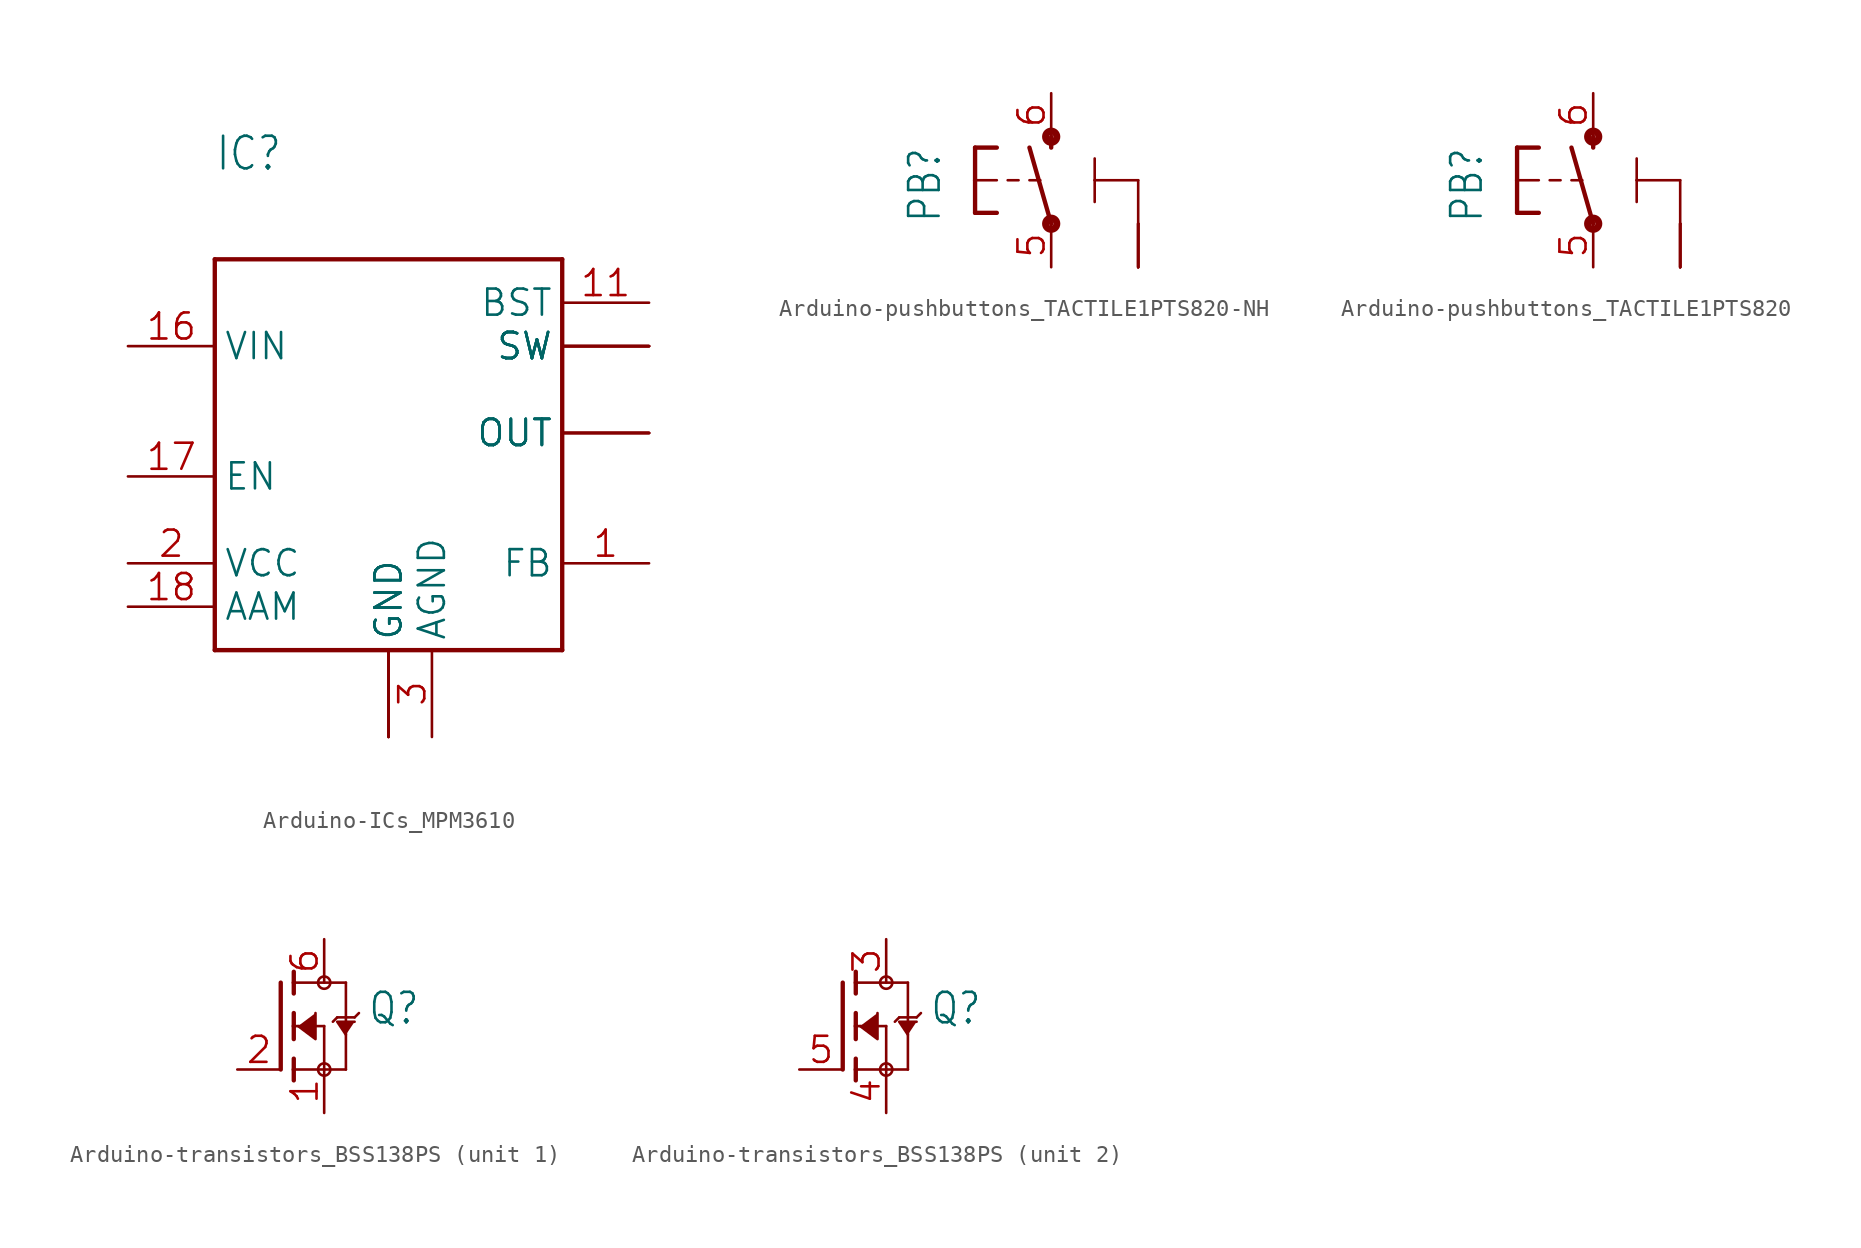
<source format=kicad_sym>
(kicad_symbol_lib
  (version 20241209)
  (generator "kicad_symbol_editor")
  (generator_version "9.0")
  (symbol "Arduino-ICs_MPM3610"
    (property "Reference" "IC"
      (at -10.16 15.24 0)
      (effects (font (size 1.905 1.619)) (justify left bottom)))
    (property "Value" ""
      (at -10.16 12.7 0)
      (effects (font (size 1.905 1.619)) (justify left bottom)))
    (property "ki_locked" ""
      (at 0 0 0)
      (effects (font (size 1.27 1.27))))
    (symbol "Arduino-ICs_MPM3610_1_0"
      (polyline (pts (xy -10.16 10.16) (xy -10.16 -12.7)) (stroke (width 0.254) (type solid)) (fill (type none)))
      (polyline (pts (xy -10.16 -12.7) (xy 10.16 -12.7)) (stroke (width 0.254) (type solid)) (fill (type none)))
      (polyline (pts (xy 10.16 10.16) (xy -10.16 10.16)) (stroke (width 0.254) (type solid)) (fill (type none)))
      (polyline (pts (xy 10.16 -12.7) (xy 10.16 10.16)) (stroke (width 0.254) (type solid)) (fill (type none)))
      (pin bidirectional line (at -15.24 5.08 0) (length 5.08) (name "VIN" (effects (font (size 1.524 1.524)))) (number "16" (effects (font (size 1.524 1.524)))))
      (pin bidirectional line (at -15.24 -2.54 0) (length 5.08) (name "EN" (effects (font (size 1.524 1.524)))) (number "17" (effects (font (size 1.524 1.524)))))
      (pin bidirectional line (at -15.24 -7.62 0) (length 5.08) (name "VCC" (effects (font (size 1.524 1.524)))) (number "2" (effects (font (size 1.524 1.524)))))
      (pin bidirectional line (at -15.24 -10.16 0) (length 5.08) (name "AAM" (effects (font (size 1.524 1.524)))) (number "18" (effects (font (size 1.524 1.524)))))
      (pin bidirectional line (at 0 -17.78 90) (length 5.08) (name "GND" (effects (font (size 1.524 1.524)))) (number "12" (effects (font (size 0 0)))))
      (pin bidirectional line (at 0 -17.78 90) (length 5.08) (name "GND" (effects (font (size 1.524 1.524)))) (number "13" (effects (font (size 0 0)))))
      (pin bidirectional line (at 0 -17.78 90) (length 5.08) (name "GND" (effects (font (size 1.524 1.524)))) (number "14" (effects (font (size 0 0)))))
      (pin bidirectional line (at 2.54 -17.78 90) (length 5.08) (name "AGND" (effects (font (size 1.524 1.524)))) (number "3" (effects (font (size 1.524 1.524)))))
      (pin bidirectional line (at 15.24 7.62 180) (length 5.08) (name "BST" (effects (font (size 1.524 1.524)))) (number "11" (effects (font (size 1.524 1.524)))))
      (pin bidirectional line (at 15.24 5.08 180) (length 5.08) (name "SW" (effects (font (size 1.524 1.524)))) (number "19" (effects (font (size 0 0)))))
      (pin bidirectional line (at 15.24 5.08 180) (length 5.08) (name "SW" (effects (font (size 1.524 1.524)))) (number "4" (effects (font (size 0 0)))))
      (pin bidirectional line (at 15.24 5.08 180) (length 5.08) (name "SW" (effects (font (size 1.524 1.524)))) (number "5" (effects (font (size 0 0)))))
      (pin bidirectional line (at 15.24 5.08 180) (length 5.08) (name "SW" (effects (font (size 1.524 1.524)))) (number "6" (effects (font (size 0 0)))))
      (pin bidirectional line (at 15.24 0 180) (length 5.08) (name "OUT" (effects (font (size 1.524 1.524)))) (number "20" (effects (font (size 0 0)))))
      (pin bidirectional line (at 15.24 0 180) (length 5.08) (name "OUT" (effects (font (size 1.524 1.524)))) (number "7" (effects (font (size 0 0)))))
      (pin bidirectional line (at 15.24 0 180) (length 5.08) (name "OUT" (effects (font (size 1.524 1.524)))) (number "8" (effects (font (size 0 0)))))
      (pin bidirectional line (at 15.24 0 180) (length 5.08) (name "OUT" (effects (font (size 1.524 1.524)))) (number "9" (effects (font (size 0 0)))))
      (pin bidirectional line (at 15.24 -7.62 180) (length 5.08) (name "FB" (effects (font (size 1.524 1.524)))) (number "1" (effects (font (size 1.524 1.524)))))))
  (symbol "Arduino-pushbuttons_TACTILE1PTS820-NH"
    (property "Reference" "PB"
      (at -6.35 -2.54 90)
      (effects (font (size 1.778 1.511)) (justify left bottom)))
    (property "ki_locked" ""
      (at 0 0 0)
      (effects (font (size 1.27 1.27))))
    (symbol "Arduino-pushbuttons_TACTILE1PTS820-NH_1_0"
      (polyline (pts (xy -4.445 1.905) (xy -4.445 0)) (stroke (width 0.254) (type solid)) (fill (type none)))
      (polyline (pts (xy -4.445 1.905) (xy -3.175 1.905)) (stroke (width 0.254) (type solid)) (fill (type none)))
      (polyline (pts (xy -4.445 0) (xy -4.445 -1.905)) (stroke (width 0.254) (type solid)) (fill (type none)))
      (polyline (pts (xy -4.445 0) (xy -3.175 0)) (stroke (width 0.152) (type solid)) (fill (type none)))
      (polyline (pts (xy -4.445 -1.905) (xy -3.175 -1.905)) (stroke (width 0.254) (type solid)) (fill (type none)))
      (polyline (pts (xy -2.54 0) (xy -1.905 0)) (stroke (width 0.152) (type solid)) (fill (type none)))
      (polyline (pts (xy -1.27 0) (xy -0.635 0)) (stroke (width 0.152) (type solid)) (fill (type none)))
      (circle (center 0 2.54) (radius 0.127) (stroke (width 0.406) (type solid)) (fill (type none)))
      (polyline (pts (xy 0 1.905) (xy 0 2.54)) (stroke (width 0.254) (type solid)) (fill (type none)))
      (polyline (pts (xy 0 -2.54) (xy -1.27 1.905)) (stroke (width 0.254) (type solid)) (fill (type none)))
      (circle (center 0 -2.54) (radius 0.127) (stroke (width 0.406) (type solid)) (fill (type none)))
      (polyline (pts (xy 2.54 0) (xy 2.54 1.27)) (stroke (width 0.152) (type solid)) (fill (type none)))
      (polyline (pts (xy 2.54 0) (xy 2.54 -1.27)) (stroke (width 0.152) (type solid)) (fill (type none)))
      (polyline (pts (xy 5.08 0) (xy 2.54 0)) (stroke (width 0.152) (type solid)) (fill (type none)))
      (polyline (pts (xy 5.08 -2.54) (xy 5.08 0)) (stroke (width 0.152) (type solid)) (fill (type none)))
      (pin passive line (at 0 5.08 270) (length 2.54) (name "2" (effects (font (size 0 0)))) (number "6" (effects (font (size 1.524 1.524)))))
      (pin passive line (at 0 -5.08 90) (length 2.54) (name "1" (effects (font (size 0 0)))) (number "5" (effects (font (size 1.524 1.524)))))
      (pin power_in line (at 5.08 -5.08 90) (length 2.54) (name "3" (effects (font (size 0 0)))) (number "1" (effects (font (size 0 0)))))
      (pin power_in line (at 5.08 -5.08 90) (length 2.54) (name "3" (effects (font (size 0 0)))) (number "2" (effects (font (size 0 0)))))
      (pin power_in line (at 5.08 -5.08 90) (length 2.54) (name "3" (effects (font (size 0 0)))) (number "3" (effects (font (size 0 0)))))
      (pin power_in line (at 5.08 -5.08 90) (length 2.54) (name "3" (effects (font (size 0 0)))) (number "4" (effects (font (size 0 0)))))))
  (symbol "Arduino-pushbuttons_TACTILE1PTS820"
    (property "Reference" "PB"
      (at -6.35 -2.54 90)
      (effects (font (size 1.778 1.511)) (justify left bottom)))
    (property "ki_locked" ""
      (at 0 0 0)
      (effects (font (size 1.27 1.27))))
    (symbol "Arduino-pushbuttons_TACTILE1PTS820_1_0"
      (polyline (pts (xy -4.445 1.905) (xy -4.445 0)) (stroke (width 0.254) (type solid)) (fill (type none)))
      (polyline (pts (xy -4.445 1.905) (xy -3.175 1.905)) (stroke (width 0.254) (type solid)) (fill (type none)))
      (polyline (pts (xy -4.445 0) (xy -4.445 -1.905)) (stroke (width 0.254) (type solid)) (fill (type none)))
      (polyline (pts (xy -4.445 0) (xy -3.175 0)) (stroke (width 0.152) (type solid)) (fill (type none)))
      (polyline (pts (xy -4.445 -1.905) (xy -3.175 -1.905)) (stroke (width 0.254) (type solid)) (fill (type none)))
      (polyline (pts (xy -2.54 0) (xy -1.905 0)) (stroke (width 0.152) (type solid)) (fill (type none)))
      (polyline (pts (xy -1.27 0) (xy -0.635 0)) (stroke (width 0.152) (type solid)) (fill (type none)))
      (circle (center 0 2.54) (radius 0.127) (stroke (width 0.406) (type solid)) (fill (type none)))
      (polyline (pts (xy 0 1.905) (xy 0 2.54)) (stroke (width 0.254) (type solid)) (fill (type none)))
      (polyline (pts (xy 0 -2.54) (xy -1.27 1.905)) (stroke (width 0.254) (type solid)) (fill (type none)))
      (circle (center 0 -2.54) (radius 0.127) (stroke (width 0.406) (type solid)) (fill (type none)))
      (polyline (pts (xy 2.54 0) (xy 2.54 1.27)) (stroke (width 0.152) (type solid)) (fill (type none)))
      (polyline (pts (xy 2.54 0) (xy 2.54 -1.27)) (stroke (width 0.152) (type solid)) (fill (type none)))
      (polyline (pts (xy 5.08 0) (xy 2.54 0)) (stroke (width 0.152) (type solid)) (fill (type none)))
      (polyline (pts (xy 5.08 -2.54) (xy 5.08 0)) (stroke (width 0.152) (type solid)) (fill (type none)))
      (pin passive line (at 0 5.08 270) (length 2.54) (name "2" (effects (font (size 0 0)))) (number "6" (effects (font (size 1.524 1.524)))))
      (pin passive line (at 0 -5.08 90) (length 2.54) (name "1" (effects (font (size 0 0)))) (number "5" (effects (font (size 1.524 1.524)))))
      (pin power_in line (at 5.08 -5.08 90) (length 2.54) (name "3" (effects (font (size 0 0)))) (number "1" (effects (font (size 0 0)))))
      (pin power_in line (at 5.08 -5.08 90) (length 2.54) (name "3" (effects (font (size 0 0)))) (number "2" (effects (font (size 0 0)))))
      (pin power_in line (at 5.08 -5.08 90) (length 2.54) (name "3" (effects (font (size 0 0)))) (number "3" (effects (font (size 0 0)))))
      (pin power_in line (at 5.08 -5.08 90) (length 2.54) (name "3" (effects (font (size 0 0)))) (number "4" (effects (font (size 0 0)))))))
  (symbol "Arduino-transistors_BSS138PS"
    (property "Reference" "Q"
      (at 2.54 0 0)
      (effects (font (size 1.778 1.511)) (justify left bottom)))
    (property "Value" ""
      (at 2.54 -2.54 0)
      (effects (font (size 1.778 1.511)) (justify left bottom)))
    (property "ki_locked" ""
      (at 0 0 0)
      (effects (font (size 1.27 1.27))))
    (symbol "Arduino-transistors_BSS138PS_1_0"
      (polyline (pts (xy -2.54 2.54) (xy -2.54 -2.54)) (stroke (width 0.254) (type solid)) (fill (type none)))
      (polyline (pts (xy -1.778 3.175) (xy -1.778 2.54)) (stroke (width 0.254) (type solid)) (fill (type none)))
      (polyline (pts (xy -1.778 2.54) (xy -1.778 1.905)) (stroke (width 0.254) (type solid)) (fill (type none)))
      (polyline (pts (xy -1.778 2.54) (xy 1.27 2.54)) (stroke (width 0.152) (type solid)) (fill (type none)))
      (polyline (pts (xy -1.778 0.762) (xy -1.778 0)) (stroke (width 0.254) (type solid)) (fill (type none)))
      (polyline (pts (xy -1.778 0) (xy -1.778 -0.762)) (stroke (width 0.254) (type solid)) (fill (type none)))
      (polyline (pts (xy -1.778 0) (xy 0 0)) (stroke (width 0.152) (type solid)) (fill (type none)))
      (polyline (pts (xy -1.778 -1.905) (xy -1.778 -2.54)) (stroke (width 0.254) (type solid)) (fill (type none)))
      (polyline (pts (xy -1.778 -2.54) (xy -1.778 -3.175)) (stroke (width 0.254) (type solid)) (fill (type none)))
      (polyline (pts (xy -1.524 0) (xy -0.508 -0.762) (xy -0.508 0.762)) (stroke (width 0.152) (type solid)) (fill (type outline)))
      (circle (center 0 2.54) (radius 0.359) (stroke (width 0) (type solid)) (fill (type none)))
      (polyline (pts (xy 0 0) (xy 0 -2.54)) (stroke (width 0.152) (type solid)) (fill (type none)))
      (polyline (pts (xy 0 -2.54) (xy -1.778 -2.54)) (stroke (width 0.152) (type solid)) (fill (type none)))
      (polyline (pts (xy 0 -2.54) (xy 1.27 -2.54)) (stroke (width 0.152) (type solid)) (fill (type none)))
      (circle (center 0 -2.54) (radius 0.359) (stroke (width 0) (type solid)) (fill (type none)))
      (polyline (pts (xy 0.762 0.508) (xy 0.508 0.254)) (stroke (width 0.152) (type solid)) (fill (type none)))
      (polyline (pts (xy 1.27 2.54) (xy 1.27 0.508)) (stroke (width 0.152) (type solid)) (fill (type none)))
      (polyline (pts (xy 1.27 0.508) (xy 0.762 0.508)) (stroke (width 0.152) (type solid)) (fill (type none)))
      (polyline (pts (xy 1.27 0.508) (xy 1.27 -2.54)) (stroke (width 0.152) (type solid)) (fill (type none)))
      (polyline (pts (xy 1.27 -0.508) (xy 0.762 0.254) (xy 1.778 0.254)) (stroke (width 0.152) (type solid)) (fill (type outline)))
      (polyline (pts (xy 1.778 0.508) (xy 1.27 0.508)) (stroke (width 0.152) (type solid)) (fill (type none)))
      (polyline (pts (xy 2.032 0.762) (xy 1.778 0.508)) (stroke (width 0.152) (type solid)) (fill (type none)))
      (pin passive line (at -5.08 -2.54 0) (length 2.54) (name "G" (effects (font (size 0 0)))) (number "2" (effects (font (size 1.524 1.524)))))
      (pin passive line (at 0 5.08 270) (length 2.54) (name "D" (effects (font (size 0 0)))) (number "6" (effects (font (size 1.524 1.524)))))
      (pin passive line (at 0 -5.08 90) (length 2.54) (name "S" (effects (font (size 0 0)))) (number "1" (effects (font (size 1.524 1.524))))))
    (symbol "Arduino-transistors_BSS138PS_2_0"
      (polyline (pts (xy -2.54 2.54) (xy -2.54 -2.54)) (stroke (width 0.254) (type solid)) (fill (type none)))
      (polyline (pts (xy -1.778 3.175) (xy -1.778 2.54)) (stroke (width 0.254) (type solid)) (fill (type none)))
      (polyline (pts (xy -1.778 2.54) (xy -1.778 1.905)) (stroke (width 0.254) (type solid)) (fill (type none)))
      (polyline (pts (xy -1.778 2.54) (xy 1.27 2.54)) (stroke (width 0.152) (type solid)) (fill (type none)))
      (polyline (pts (xy -1.778 0.762) (xy -1.778 0)) (stroke (width 0.254) (type solid)) (fill (type none)))
      (polyline (pts (xy -1.778 0) (xy -1.778 -0.762)) (stroke (width 0.254) (type solid)) (fill (type none)))
      (polyline (pts (xy -1.778 0) (xy 0 0)) (stroke (width 0.152) (type solid)) (fill (type none)))
      (polyline (pts (xy -1.778 -1.905) (xy -1.778 -2.54)) (stroke (width 0.254) (type solid)) (fill (type none)))
      (polyline (pts (xy -1.778 -2.54) (xy -1.778 -3.175)) (stroke (width 0.254) (type solid)) (fill (type none)))
      (polyline (pts (xy -1.524 0) (xy -0.508 -0.762) (xy -0.508 0.762)) (stroke (width 0.152) (type solid)) (fill (type outline)))
      (circle (center 0 2.54) (radius 0.359) (stroke (width 0) (type solid)) (fill (type none)))
      (polyline (pts (xy 0 0) (xy 0 -2.54)) (stroke (width 0.152) (type solid)) (fill (type none)))
      (polyline (pts (xy 0 -2.54) (xy -1.778 -2.54)) (stroke (width 0.152) (type solid)) (fill (type none)))
      (polyline (pts (xy 0 -2.54) (xy 1.27 -2.54)) (stroke (width 0.152) (type solid)) (fill (type none)))
      (circle (center 0 -2.54) (radius 0.359) (stroke (width 0) (type solid)) (fill (type none)))
      (polyline (pts (xy 0.762 0.508) (xy 0.508 0.254)) (stroke (width 0.152) (type solid)) (fill (type none)))
      (polyline (pts (xy 1.27 2.54) (xy 1.27 0.508)) (stroke (width 0.152) (type solid)) (fill (type none)))
      (polyline (pts (xy 1.27 0.508) (xy 0.762 0.508)) (stroke (width 0.152) (type solid)) (fill (type none)))
      (polyline (pts (xy 1.27 0.508) (xy 1.27 -2.54)) (stroke (width 0.152) (type solid)) (fill (type none)))
      (polyline (pts (xy 1.27 -0.508) (xy 0.762 0.254) (xy 1.778 0.254)) (stroke (width 0.152) (type solid)) (fill (type outline)))
      (polyline (pts (xy 1.778 0.508) (xy 1.27 0.508)) (stroke (width 0.152) (type solid)) (fill (type none)))
      (polyline (pts (xy 2.032 0.762) (xy 1.778 0.508)) (stroke (width 0.152) (type solid)) (fill (type none)))
      (pin passive line (at -5.08 -2.54 0) (length 2.54) (name "G" (effects (font (size 0 0)))) (number "5" (effects (font (size 1.524 1.524)))))
      (pin passive line (at 0 5.08 270) (length 2.54) (name "D" (effects (font (size 0 0)))) (number "3" (effects (font (size 1.524 1.524)))))
      (pin passive line (at 0 -5.08 90) (length 2.54) (name "S" (effects (font (size 0 0)))) (number "4" (effects (font (size 1.524 1.524))))))))
</source>
